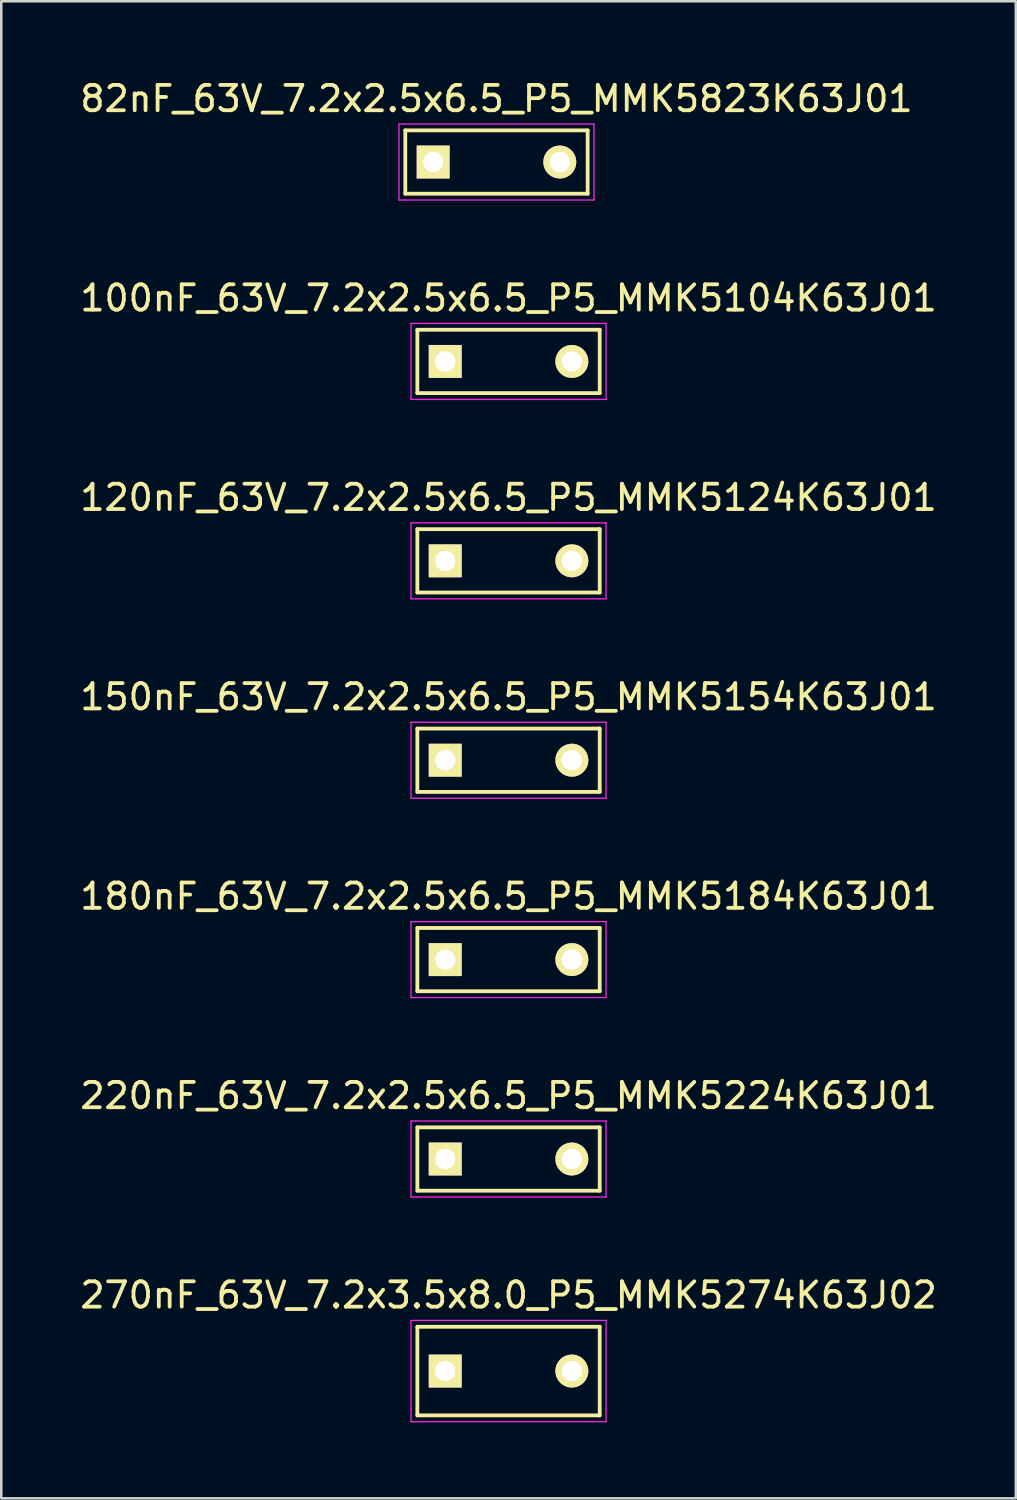
<source format=kicad_pcb>
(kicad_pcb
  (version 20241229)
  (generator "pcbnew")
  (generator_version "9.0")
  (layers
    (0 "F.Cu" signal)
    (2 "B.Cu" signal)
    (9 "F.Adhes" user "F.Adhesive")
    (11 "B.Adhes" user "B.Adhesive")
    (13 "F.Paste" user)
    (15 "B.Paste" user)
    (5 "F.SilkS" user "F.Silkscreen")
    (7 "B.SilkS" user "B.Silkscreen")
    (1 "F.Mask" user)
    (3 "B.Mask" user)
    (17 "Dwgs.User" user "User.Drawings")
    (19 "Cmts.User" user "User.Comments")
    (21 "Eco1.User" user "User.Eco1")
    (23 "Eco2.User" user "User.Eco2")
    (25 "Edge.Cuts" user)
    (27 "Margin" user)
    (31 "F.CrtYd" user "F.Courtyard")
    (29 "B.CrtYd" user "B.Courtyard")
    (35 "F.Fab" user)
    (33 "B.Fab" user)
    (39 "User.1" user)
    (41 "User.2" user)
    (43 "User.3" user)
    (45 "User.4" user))
  (footprint "150nF_63V_7.2x2.5x6.5_P5_MMK5154K63J01"
    (layer "F.Cu")
    (at 14.53 26.968)
    (property "Reference" "150nF_63V_7.2x2.5x6.5_P5_MMK5154K63J01" (at 2.5 -2.5 0) (layer "F.SilkS") (effects (font (size 1 1) (thickness 0.15))))
    (attr through_hole)
    (fp_line (start -1.1 -1.25) (end 6.1 -1.25) (stroke (width 0.15) (type solid)) (layer "F.SilkS"))
    (fp_line (start -1.1 1.25) (end -1.1 -1.25) (stroke (width 0.15) (type solid)) (layer "F.SilkS"))
    (fp_line (start 6.1 -1.25) (end 6.1 1.25) (stroke (width 0.15) (type solid)) (layer "F.SilkS"))
    (fp_line (start 6.1 1.25) (end -1.1 1.25) (stroke (width 0.15) (type solid)) (layer "F.SilkS"))
    (fp_line (start -1.35 1.5) (end -1.35 -1.5) (stroke (width 0.05) (type solid)) (layer "F.CrtYd"))
    (fp_line (start -1.15 -1.5) (end -1.35 -1.5) (stroke (width 0.05) (type solid)) (layer "F.CrtYd"))
    (fp_line (start -1.15 -1.5) (end 6.35 -1.5) (stroke (width 0.05) (type solid)) (layer "F.CrtYd"))
    (fp_line (start -1.15 1.5) (end -1.35 1.5) (stroke (width 0.05) (type solid)) (layer "F.CrtYd"))
    (fp_line (start 6.35 -1.5) (end 6.35 1.5) (stroke (width 0.05) (type solid)) (layer "F.CrtYd"))
    (fp_line (start 6.35 1.5) (end -1.15 1.5) (stroke (width 0.05) (type solid)) (layer "F.CrtYd"))
    (pad "1" thru_hole rect (at 0 0) (size 1.3 1.3) (drill 0.8) (layers "*.Cu" "*.Mask" "F.SilkS"))
    (pad "2" thru_hole circle (at 5 0) (size 1.3 1.3) (drill 0.8) (layers "*.Cu" "*.Mask" "F.SilkS")))
  (footprint "120nF_63V_7.2x2.5x6.5_P5_MMK5124K63J01"
    (layer "F.Cu")
    (at 14.53 19.095)
    (property "Reference" "120nF_63V_7.2x2.5x6.5_P5_MMK5124K63J01" (at 2.5 -2.5 0) (layer "F.SilkS") (effects (font (size 1 1) (thickness 0.15))))
    (attr through_hole)
    (fp_line (start -1.1 -1.25) (end 6.1 -1.25) (stroke (width 0.15) (type solid)) (layer "F.SilkS"))
    (fp_line (start -1.1 1.25) (end -1.1 -1.25) (stroke (width 0.15) (type solid)) (layer "F.SilkS"))
    (fp_line (start 6.1 -1.25) (end 6.1 1.25) (stroke (width 0.15) (type solid)) (layer "F.SilkS"))
    (fp_line (start 6.1 1.25) (end -1.1 1.25) (stroke (width 0.15) (type solid)) (layer "F.SilkS"))
    (fp_line (start -1.35 1.5) (end -1.35 -1.5) (stroke (width 0.05) (type solid)) (layer "F.CrtYd"))
    (fp_line (start -1.15 -1.5) (end -1.35 -1.5) (stroke (width 0.05) (type solid)) (layer "F.CrtYd"))
    (fp_line (start -1.15 -1.5) (end 6.35 -1.5) (stroke (width 0.05) (type solid)) (layer "F.CrtYd"))
    (fp_line (start -1.15 1.5) (end -1.35 1.5) (stroke (width 0.05) (type solid)) (layer "F.CrtYd"))
    (fp_line (start 6.35 -1.5) (end 6.35 1.5) (stroke (width 0.05) (type solid)) (layer "F.CrtYd"))
    (fp_line (start 6.35 1.5) (end -1.15 1.5) (stroke (width 0.05) (type solid)) (layer "F.CrtYd"))
    (pad "1" thru_hole rect (at 0 0) (size 1.3 1.3) (drill 0.8) (layers "*.Cu" "*.Mask" "F.SilkS"))
    (pad "2" thru_hole circle (at 5 0) (size 1.3 1.3) (drill 0.8) (layers "*.Cu" "*.Mask" "F.SilkS")))
  (footprint "220nF_63V_7.2x2.5x6.5_P5_MMK5224K63J01"
    (layer "F.Cu")
    (at 14.53 42.715)
    (property "Reference" "220nF_63V_7.2x2.5x6.5_P5_MMK5224K63J01" (at 2.5 -2.5 0) (layer "F.SilkS") (effects (font (size 1 1) (thickness 0.15))))
    (attr through_hole)
    (fp_line (start -1.1 -1.25) (end 6.1 -1.25) (stroke (width 0.15) (type solid)) (layer "F.SilkS"))
    (fp_line (start -1.1 1.25) (end -1.1 -1.25) (stroke (width 0.15) (type solid)) (layer "F.SilkS"))
    (fp_line (start 6.1 -1.25) (end 6.1 1.25) (stroke (width 0.15) (type solid)) (layer "F.SilkS"))
    (fp_line (start 6.1 1.25) (end -1.1 1.25) (stroke (width 0.15) (type solid)) (layer "F.SilkS"))
    (fp_line (start -1.35 1.5) (end -1.35 -1.5) (stroke (width 0.05) (type solid)) (layer "F.CrtYd"))
    (fp_line (start -1.15 -1.5) (end -1.35 -1.5) (stroke (width 0.05) (type solid)) (layer "F.CrtYd"))
    (fp_line (start -1.15 -1.5) (end 6.35 -1.5) (stroke (width 0.05) (type solid)) (layer "F.CrtYd"))
    (fp_line (start -1.15 1.5) (end -1.35 1.5) (stroke (width 0.05) (type solid)) (layer "F.CrtYd"))
    (fp_line (start 6.35 -1.5) (end 6.35 1.5) (stroke (width 0.05) (type solid)) (layer "F.CrtYd"))
    (fp_line (start 6.35 1.5) (end -1.15 1.5) (stroke (width 0.05) (type solid)) (layer "F.CrtYd"))
    (pad "1" thru_hole rect (at 0 0) (size 1.3 1.3) (drill 0.8) (layers "*.Cu" "*.Mask" "F.SilkS"))
    (pad "2" thru_hole circle (at 5 0) (size 1.3 1.3) (drill 0.8) (layers "*.Cu" "*.Mask" "F.SilkS")))
  (footprint "82nF_63V_7.2x2.5x6.5_P5_MMK5823K63J01"
    (layer "F.Cu")
    (at 14.054 3.348)
    (property "Reference" "82nF_63V_7.2x2.5x6.5_P5_MMK5823K63J01" (at 2.5 -2.5 0) (layer "F.SilkS") (effects (font (size 1 1) (thickness 0.15))))
    (attr through_hole)
    (fp_line (start -1.1 -1.25) (end 6.1 -1.25) (stroke (width 0.15) (type solid)) (layer "F.SilkS"))
    (fp_line (start -1.1 1.25) (end -1.1 -1.25) (stroke (width 0.15) (type solid)) (layer "F.SilkS"))
    (fp_line (start 6.1 -1.25) (end 6.1 1.25) (stroke (width 0.15) (type solid)) (layer "F.SilkS"))
    (fp_line (start 6.1 1.25) (end -1.1 1.25) (stroke (width 0.15) (type solid)) (layer "F.SilkS"))
    (fp_line (start -1.35 1.5) (end -1.35 -1.5) (stroke (width 0.05) (type solid)) (layer "F.CrtYd"))
    (fp_line (start -1.15 -1.5) (end -1.35 -1.5) (stroke (width 0.05) (type solid)) (layer "F.CrtYd"))
    (fp_line (start -1.15 -1.5) (end 6.35 -1.5) (stroke (width 0.05) (type solid)) (layer "F.CrtYd"))
    (fp_line (start -1.15 1.5) (end -1.35 1.5) (stroke (width 0.05) (type solid)) (layer "F.CrtYd"))
    (fp_line (start 6.35 -1.5) (end 6.35 1.5) (stroke (width 0.05) (type solid)) (layer "F.CrtYd"))
    (fp_line (start 6.35 1.5) (end -1.15 1.5) (stroke (width 0.05) (type solid)) (layer "F.CrtYd"))
    (pad "1" thru_hole rect (at 0 0) (size 1.3 1.3) (drill 0.8) (layers "*.Cu" "*.Mask" "F.SilkS"))
    (pad "2" thru_hole circle (at 5 0) (size 1.3 1.3) (drill 0.8) (layers "*.Cu" "*.Mask" "F.SilkS")))
  (footprint "180nF_63V_7.2x2.5x6.5_P5_MMK5184K63J01"
    (layer "F.Cu")
    (at 14.53 34.841)
    (property "Reference" "180nF_63V_7.2x2.5x6.5_P5_MMK5184K63J01" (at 2.5 -2.5 0) (layer "F.SilkS") (effects (font (size 1 1) (thickness 0.15))))
    (attr through_hole)
    (fp_line (start -1.1 -1.25) (end 6.1 -1.25) (stroke (width 0.15) (type solid)) (layer "F.SilkS"))
    (fp_line (start -1.1 1.25) (end -1.1 -1.25) (stroke (width 0.15) (type solid)) (layer "F.SilkS"))
    (fp_line (start 6.1 -1.25) (end 6.1 1.25) (stroke (width 0.15) (type solid)) (layer "F.SilkS"))
    (fp_line (start 6.1 1.25) (end -1.1 1.25) (stroke (width 0.15) (type solid)) (layer "F.SilkS"))
    (fp_line (start -1.35 1.5) (end -1.35 -1.5) (stroke (width 0.05) (type solid)) (layer "F.CrtYd"))
    (fp_line (start -1.15 -1.5) (end -1.35 -1.5) (stroke (width 0.05) (type solid)) (layer "F.CrtYd"))
    (fp_line (start -1.15 -1.5) (end 6.35 -1.5) (stroke (width 0.05) (type solid)) (layer "F.CrtYd"))
    (fp_line (start -1.15 1.5) (end -1.35 1.5) (stroke (width 0.05) (type solid)) (layer "F.CrtYd"))
    (fp_line (start 6.35 -1.5) (end 6.35 1.5) (stroke (width 0.05) (type solid)) (layer "F.CrtYd"))
    (fp_line (start 6.35 1.5) (end -1.15 1.5) (stroke (width 0.05) (type solid)) (layer "F.CrtYd"))
    (pad "1" thru_hole rect (at 0 0) (size 1.3 1.3) (drill 0.8) (layers "*.Cu" "*.Mask" "F.SilkS"))
    (pad "2" thru_hole circle (at 5 0) (size 1.3 1.3) (drill 0.8) (layers "*.Cu" "*.Mask" "F.SilkS")))
  (footprint "270nF_63V_7.2x3.5x8.0_P5_MMK5274K63J02"
    (layer "F.Cu")
    (at 14.53 51.088)
    (property "Reference" "270nF_63V_7.2x3.5x8.0_P5_MMK5274K63J02" (at 2.5 -3 0) (layer "F.SilkS") (effects (font (size 1 1) (thickness 0.15))))
    (attr through_hole)
    (fp_line (start -1.1 -1.75) (end -1.1 1.75) (stroke (width 0.15) (type solid)) (layer "F.SilkS"))
    (fp_line (start -1.1 -1.75) (end 6.1 -1.75) (stroke (width 0.15) (type solid)) (layer "F.SilkS"))
    (fp_line (start 6.1 -1.75) (end 6.1 1.75) (stroke (width 0.15) (type solid)) (layer "F.SilkS"))
    (fp_line (start 6.1 1.75) (end -1.1 1.75) (stroke (width 0.15) (type solid)) (layer "F.SilkS"))
    (fp_line (start -1.35 -1.5) (end -1.35 -2) (stroke (width 0.05) (type solid)) (layer "F.CrtYd"))
    (fp_line (start -1.35 1.5) (end -1.35 -1.5) (stroke (width 0.05) (type solid)) (layer "F.CrtYd"))
    (fp_line (start -1.35 2) (end -1.35 1.5) (stroke (width 0.05) (type solid)) (layer "F.CrtYd"))
    (fp_line (start -1.15 -2) (end -1.35 -2) (stroke (width 0.05) (type solid)) (layer "F.CrtYd"))
    (fp_line (start -1.15 -2) (end 6.35 -2) (stroke (width 0.05) (type solid)) (layer "F.CrtYd"))
    (fp_line (start -1.15 2) (end -1.35 2) (stroke (width 0.05) (type solid)) (layer "F.CrtYd"))
    (fp_line (start 6.35 -2) (end 6.35 -1.5) (stroke (width 0.05) (type solid)) (layer "F.CrtYd"))
    (fp_line (start 6.35 -1.5) (end 6.35 1.5) (stroke (width 0.05) (type solid)) (layer "F.CrtYd"))
    (fp_line (start 6.35 2) (end -1.15 2) (stroke (width 0.05) (type solid)) (layer "F.CrtYd"))
    (fp_line (start 6.35 2) (end 6.35 1.5) (stroke (width 0.05) (type solid)) (layer "F.CrtYd"))
    (pad "1" thru_hole rect (at 0 0) (size 1.3 1.3) (drill 0.8) (layers "*.Cu" "*.Mask" "F.SilkS"))
    (pad "2" thru_hole circle (at 5 0) (size 1.3 1.3) (drill 0.8) (layers "*.Cu" "*.Mask" "F.SilkS")))
  (footprint "100nF_63V_7.2x2.5x6.5_P5_MMK5104K63J01"
    (layer "F.Cu")
    (at 14.53 11.222)
    (property "Reference" "100nF_63V_7.2x2.5x6.5_P5_MMK5104K63J01" (at 2.5 -2.5 0) (layer "F.SilkS") (effects (font (size 1 1) (thickness 0.15))))
    (attr through_hole)
    (fp_line (start -1.1 -1.25) (end 6.1 -1.25) (stroke (width 0.15) (type solid)) (layer "F.SilkS"))
    (fp_line (start -1.1 1.25) (end -1.1 -1.25) (stroke (width 0.15) (type solid)) (layer "F.SilkS"))
    (fp_line (start 6.1 -1.25) (end 6.1 1.25) (stroke (width 0.15) (type solid)) (layer "F.SilkS"))
    (fp_line (start 6.1 1.25) (end -1.1 1.25) (stroke (width 0.15) (type solid)) (layer "F.SilkS"))
    (fp_line (start -1.35 1.5) (end -1.35 -1.5) (stroke (width 0.05) (type solid)) (layer "F.CrtYd"))
    (fp_line (start -1.15 -1.5) (end -1.35 -1.5) (stroke (width 0.05) (type solid)) (layer "F.CrtYd"))
    (fp_line (start -1.15 -1.5) (end 6.35 -1.5) (stroke (width 0.05) (type solid)) (layer "F.CrtYd"))
    (fp_line (start -1.15 1.5) (end -1.35 1.5) (stroke (width 0.05) (type solid)) (layer "F.CrtYd"))
    (fp_line (start 6.35 -1.5) (end 6.35 1.5) (stroke (width 0.05) (type solid)) (layer "F.CrtYd"))
    (fp_line (start 6.35 1.5) (end -1.15 1.5) (stroke (width 0.05) (type solid)) (layer "F.CrtYd"))
    (pad "1" thru_hole rect (at 0 0) (size 1.3 1.3) (drill 0.8) (layers "*.Cu" "*.Mask" "F.SilkS"))
    (pad "2" thru_hole circle (at 5 0) (size 1.3 1.3) (drill 0.8) (layers "*.Cu" "*.Mask" "F.SilkS")))
  (gr_rect
    (start -3 -3)
    (end 37.06 56.113)
    (stroke (width 0.1) (type default))
    (fill no)
    (layer "Edge.Cuts")))
</source>
